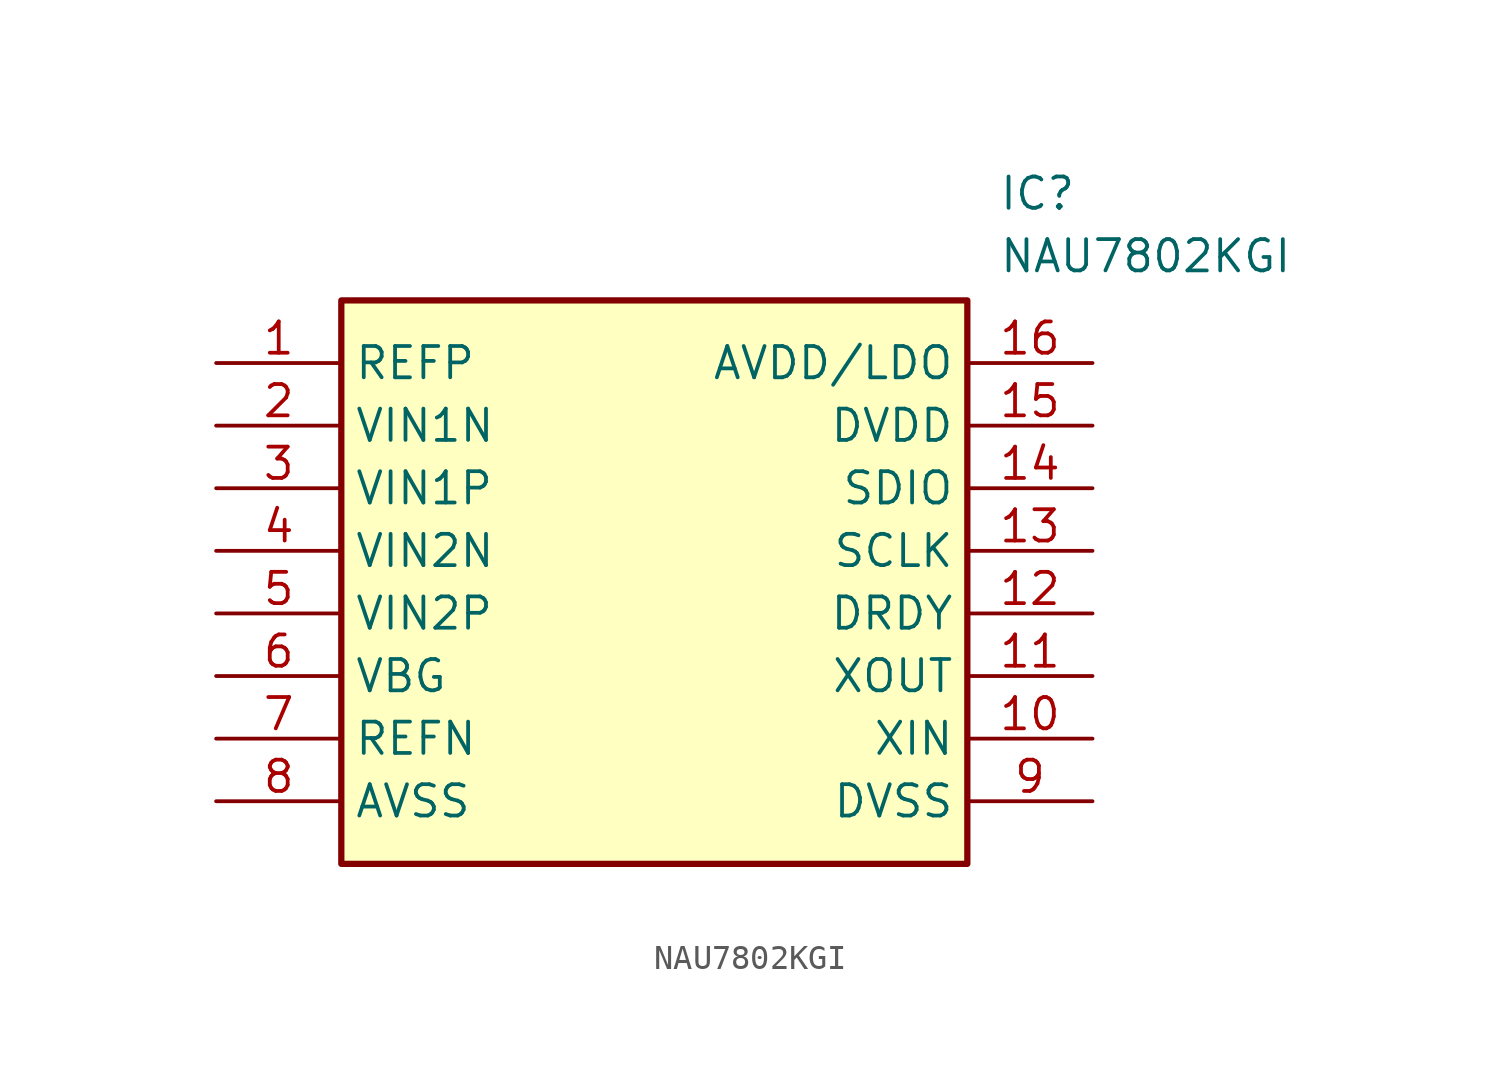
<source format=kicad_sym>
(kicad_symbol_lib
  (version 20211014)
  (generator SamacSys_ECAD_Model)
  (symbol "NAU7802KGI"
    (property "Reference" "IC"
      (at 31.75 7.62 0)
      (effects (font (size 1.27 1.27)) (justify left top)))
    (property "Value" "NAU7802KGI"
      (at 31.75 5.08 0)
      (effects (font (size 1.27 1.27)) (justify left top)))
    (rectangle
      (start 5.08 2.54)
      (end 30.48 -20.32)
      (stroke (width 0.254) (type default))
      (fill (type background)))
    (pin passive line
      (at 0 0 0)
      (length 5.08)
      (name "REFP" (effects (font (size 1.27 1.27))))
      (number "1" (effects (font (size 1.27 1.27)))))
    (pin passive line
      (at 0 -2.54 0)
      (length 5.08)
      (name "VIN1N" (effects (font (size 1.27 1.27))))
      (number "2" (effects (font (size 1.27 1.27)))))
    (pin passive line
      (at 0 -5.08 0)
      (length 5.08)
      (name "VIN1P" (effects (font (size 1.27 1.27))))
      (number "3" (effects (font (size 1.27 1.27)))))
    (pin passive line
      (at 0 -7.62 0)
      (length 5.08)
      (name "VIN2N" (effects (font (size 1.27 1.27))))
      (number "4" (effects (font (size 1.27 1.27)))))
    (pin passive line
      (at 0 -10.16 0)
      (length 5.08)
      (name "VIN2P" (effects (font (size 1.27 1.27))))
      (number "5" (effects (font (size 1.27 1.27)))))
    (pin passive line
      (at 0 -12.7 0)
      (length 5.08)
      (name "VBG" (effects (font (size 1.27 1.27))))
      (number "6" (effects (font (size 1.27 1.27)))))
    (pin passive line
      (at 0 -15.24 0)
      (length 5.08)
      (name "REFN" (effects (font (size 1.27 1.27))))
      (number "7" (effects (font (size 1.27 1.27)))))
    (pin passive line
      (at 0 -17.78 0)
      (length 5.08)
      (name "AVSS" (effects (font (size 1.27 1.27))))
      (number "8" (effects (font (size 1.27 1.27)))))
    (pin passive line
      (at 35.56 0 180)
      (length 5.08)
      (name "AVDD/LDO" (effects (font (size 1.27 1.27))))
      (number "16" (effects (font (size 1.27 1.27)))))
    (pin passive line
      (at 35.56 -2.54 180)
      (length 5.08)
      (name "DVDD" (effects (font (size 1.27 1.27))))
      (number "15" (effects (font (size 1.27 1.27)))))
    (pin passive line
      (at 35.56 -5.08 180)
      (length 5.08)
      (name "SDIO" (effects (font (size 1.27 1.27))))
      (number "14" (effects (font (size 1.27 1.27)))))
    (pin passive line
      (at 35.56 -7.62 180)
      (length 5.08)
      (name "SCLK" (effects (font (size 1.27 1.27))))
      (number "13" (effects (font (size 1.27 1.27)))))
    (pin passive line
      (at 35.56 -10.16 180)
      (length 5.08)
      (name "DRDY" (effects (font (size 1.27 1.27))))
      (number "12" (effects (font (size 1.27 1.27)))))
    (pin passive line
      (at 35.56 -12.7 180)
      (length 5.08)
      (name "XOUT" (effects (font (size 1.27 1.27))))
      (number "11" (effects (font (size 1.27 1.27)))))
    (pin passive line
      (at 35.56 -15.24 180)
      (length 5.08)
      (name "XIN" (effects (font (size 1.27 1.27))))
      (number "10" (effects (font (size 1.27 1.27)))))
    (pin passive line
      (at 35.56 -17.78 180)
      (length 5.08)
      (name "DVSS" (effects (font (size 1.27 1.27))))
      (number "9" (effects (font (size 1.27 1.27)))))))
</source>
